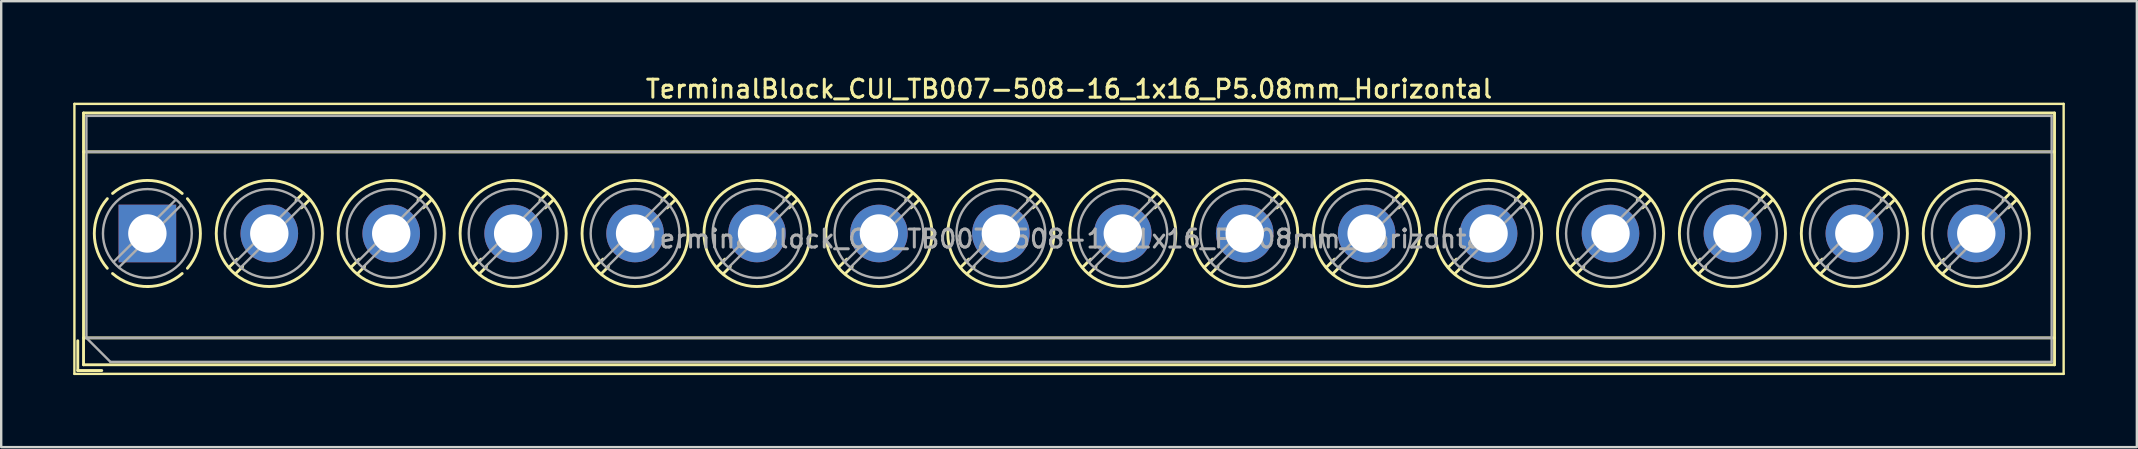
<source format=kicad_pcb>
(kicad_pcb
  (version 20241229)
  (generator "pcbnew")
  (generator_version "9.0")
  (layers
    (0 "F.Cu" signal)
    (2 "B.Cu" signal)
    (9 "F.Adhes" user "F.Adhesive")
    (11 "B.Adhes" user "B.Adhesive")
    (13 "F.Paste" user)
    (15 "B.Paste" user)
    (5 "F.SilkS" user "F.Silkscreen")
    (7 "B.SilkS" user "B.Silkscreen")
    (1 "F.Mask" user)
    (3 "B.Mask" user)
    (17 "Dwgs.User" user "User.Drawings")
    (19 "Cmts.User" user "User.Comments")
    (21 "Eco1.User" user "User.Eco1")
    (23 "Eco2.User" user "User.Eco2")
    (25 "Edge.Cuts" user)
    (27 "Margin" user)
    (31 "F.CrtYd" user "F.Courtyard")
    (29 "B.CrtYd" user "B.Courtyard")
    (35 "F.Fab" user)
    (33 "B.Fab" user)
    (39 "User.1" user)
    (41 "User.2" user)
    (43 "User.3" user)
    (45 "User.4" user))
  (footprint "TerminalBlock_CUI_TB007-508-16_1x16_P5.08mm_Horizontal"
    (layer "F.Cu")
    (at 3.09 6.678)
    (property "Reference" "TerminalBlock_CUI_TB007-508-16_1x16_P5.08mm_Horizontal" (at 38.4 -6.02 0) (layer "F.SilkS") (effects (font (size 0.75 0.75) (thickness 0.125))))
    (attr through_hole)
    (fp_line (start -3.04 -5.4) (end -3.04 5.85) (stroke (width 0.1) (type solid)) (layer "F.SilkS"))
    (fp_line (start -3.04 5.85) (end 79.84 5.85) (stroke (width 0.1) (type solid)) (layer "F.SilkS"))
    (fp_line (start -2.9 4.47) (end -2.9 5.71) (stroke (width 0.12) (type solid)) (layer "F.SilkS"))
    (fp_line (start -2.9 5.71) (end -1.9 5.71) (stroke (width 0.12) (type solid)) (layer "F.SilkS"))
    (fp_line (start -2.66 -5.02) (end -2.66 5.47) (stroke (width 0.12) (type solid)) (layer "F.SilkS"))
    (fp_line (start -2.66 -5.02) (end 79.46 -5.02) (stroke (width 0.12) (type solid)) (layer "F.SilkS"))
    (fp_line (start -2.66 -3.401) (end 79.46 -3.401) (stroke (width 0.12) (type solid)) (layer "F.SilkS"))
    (fp_line (start -2.66 4.35) (end 79.46 4.35) (stroke (width 0.12) (type solid)) (layer "F.SilkS"))
    (fp_line (start -2.66 5.47) (end 79.46 5.47) (stroke (width 0.12) (type solid)) (layer "F.SilkS"))
    (fp_line (start 3.743 1.068) (end 3.404 1.407) (stroke (width 0.12) (type solid)) (layer "F.SilkS"))
    (fp_line (start 3.967 1.384) (end 3.674 1.676) (stroke (width 0.12) (type solid)) (layer "F.SilkS"))
    (fp_line (start 6.487 -1.676) (end 6.194 -1.384) (stroke (width 0.12) (type solid)) (layer "F.SilkS"))
    (fp_line (start 6.757 -1.407) (end 6.418 -1.068) (stroke (width 0.12) (type solid)) (layer "F.SilkS"))
    (fp_line (start 8.823 1.068) (end 8.484 1.407) (stroke (width 0.12) (type solid)) (layer "F.SilkS"))
    (fp_line (start 9.047 1.384) (end 8.754 1.676) (stroke (width 0.12) (type solid)) (layer "F.SilkS"))
    (fp_line (start 11.567 -1.676) (end 11.274 -1.384) (stroke (width 0.12) (type solid)) (layer "F.SilkS"))
    (fp_line (start 11.837 -1.407) (end 11.498 -1.068) (stroke (width 0.12) (type solid)) (layer "F.SilkS"))
    (fp_line (start 13.903 1.068) (end 13.564 1.407) (stroke (width 0.12) (type solid)) (layer "F.SilkS"))
    (fp_line (start 14.127 1.384) (end 13.834 1.676) (stroke (width 0.12) (type solid)) (layer "F.SilkS"))
    (fp_line (start 16.647 -1.676) (end 16.354 -1.384) (stroke (width 0.12) (type solid)) (layer "F.SilkS"))
    (fp_line (start 16.917 -1.407) (end 16.578 -1.068) (stroke (width 0.12) (type solid)) (layer "F.SilkS"))
    (fp_line (start 18.983 1.068) (end 18.644 1.407) (stroke (width 0.12) (type solid)) (layer "F.SilkS"))
    (fp_line (start 19.207 1.384) (end 18.914 1.676) (stroke (width 0.12) (type solid)) (layer "F.SilkS"))
    (fp_line (start 21.727 -1.676) (end 21.434 -1.384) (stroke (width 0.12) (type solid)) (layer "F.SilkS"))
    (fp_line (start 21.997 -1.407) (end 21.658 -1.068) (stroke (width 0.12) (type solid)) (layer "F.SilkS"))
    (fp_line (start 24.063 1.068) (end 23.724 1.407) (stroke (width 0.12) (type solid)) (layer "F.SilkS"))
    (fp_line (start 24.287 1.384) (end 23.994 1.676) (stroke (width 0.12) (type solid)) (layer "F.SilkS"))
    (fp_line (start 26.807 -1.676) (end 26.514 -1.384) (stroke (width 0.12) (type solid)) (layer "F.SilkS"))
    (fp_line (start 27.077 -1.407) (end 26.738 -1.068) (stroke (width 0.12) (type solid)) (layer "F.SilkS"))
    (fp_line (start 29.143 1.068) (end 28.804 1.407) (stroke (width 0.12) (type solid)) (layer "F.SilkS"))
    (fp_line (start 29.367 1.384) (end 29.074 1.676) (stroke (width 0.12) (type solid)) (layer "F.SilkS"))
    (fp_line (start 31.887 -1.676) (end 31.594 -1.384) (stroke (width 0.12) (type solid)) (layer "F.SilkS"))
    (fp_line (start 32.157 -1.407) (end 31.818 -1.068) (stroke (width 0.12) (type solid)) (layer "F.SilkS"))
    (fp_line (start 34.223 1.068) (end 33.884 1.407) (stroke (width 0.12) (type solid)) (layer "F.SilkS"))
    (fp_line (start 34.447 1.384) (end 34.154 1.676) (stroke (width 0.12) (type solid)) (layer "F.SilkS"))
    (fp_line (start 36.967 -1.676) (end 36.674 -1.384) (stroke (width 0.12) (type solid)) (layer "F.SilkS"))
    (fp_line (start 37.237 -1.407) (end 36.898 -1.068) (stroke (width 0.12) (type solid)) (layer "F.SilkS"))
    (fp_line (start 39.303 1.068) (end 38.964 1.407) (stroke (width 0.12) (type solid)) (layer "F.SilkS"))
    (fp_line (start 39.527 1.384) (end 39.234 1.676) (stroke (width 0.12) (type solid)) (layer "F.SilkS"))
    (fp_line (start 42.047 -1.676) (end 41.754 -1.384) (stroke (width 0.12) (type solid)) (layer "F.SilkS"))
    (fp_line (start 42.317 -1.407) (end 41.978 -1.068) (stroke (width 0.12) (type solid)) (layer "F.SilkS"))
    (fp_line (start 44.383 1.068) (end 44.044 1.407) (stroke (width 0.12) (type solid)) (layer "F.SilkS"))
    (fp_line (start 44.607 1.384) (end 44.314 1.676) (stroke (width 0.12) (type solid)) (layer "F.SilkS"))
    (fp_line (start 47.127 -1.676) (end 46.834 -1.384) (stroke (width 0.12) (type solid)) (layer "F.SilkS"))
    (fp_line (start 47.397 -1.407) (end 47.058 -1.068) (stroke (width 0.12) (type solid)) (layer "F.SilkS"))
    (fp_line (start 49.463 1.068) (end 49.124 1.407) (stroke (width 0.12) (type solid)) (layer "F.SilkS"))
    (fp_line (start 49.687 1.384) (end 49.394 1.676) (stroke (width 0.12) (type solid)) (layer "F.SilkS"))
    (fp_line (start 52.207 -1.676) (end 51.914 -1.384) (stroke (width 0.12) (type solid)) (layer "F.SilkS"))
    (fp_line (start 52.477 -1.407) (end 52.138 -1.068) (stroke (width 0.12) (type solid)) (layer "F.SilkS"))
    (fp_line (start 54.543 1.068) (end 54.204 1.407) (stroke (width 0.12) (type solid)) (layer "F.SilkS"))
    (fp_line (start 54.767 1.384) (end 54.474 1.676) (stroke (width 0.12) (type solid)) (layer "F.SilkS"))
    (fp_line (start 57.287 -1.676) (end 56.994 -1.384) (stroke (width 0.12) (type solid)) (layer "F.SilkS"))
    (fp_line (start 57.557 -1.407) (end 57.218 -1.068) (stroke (width 0.12) (type solid)) (layer "F.SilkS"))
    (fp_line (start 59.623 1.068) (end 59.284 1.407) (stroke (width 0.12) (type solid)) (layer "F.SilkS"))
    (fp_line (start 59.847 1.384) (end 59.554 1.676) (stroke (width 0.12) (type solid)) (layer "F.SilkS"))
    (fp_line (start 62.367 -1.676) (end 62.074 -1.384) (stroke (width 0.12) (type solid)) (layer "F.SilkS"))
    (fp_line (start 62.637 -1.407) (end 62.298 -1.068) (stroke (width 0.12) (type solid)) (layer "F.SilkS"))
    (fp_line (start 64.703 1.068) (end 64.364 1.407) (stroke (width 0.12) (type solid)) (layer "F.SilkS"))
    (fp_line (start 64.927 1.384) (end 64.634 1.676) (stroke (width 0.12) (type solid)) (layer "F.SilkS"))
    (fp_line (start 67.447 -1.676) (end 67.154 -1.384) (stroke (width 0.12) (type solid)) (layer "F.SilkS"))
    (fp_line (start 67.717 -1.407) (end 67.378 -1.068) (stroke (width 0.12) (type solid)) (layer "F.SilkS"))
    (fp_line (start 69.783 1.068) (end 69.444 1.407) (stroke (width 0.12) (type solid)) (layer "F.SilkS"))
    (fp_line (start 70.007 1.384) (end 69.714 1.676) (stroke (width 0.12) (type solid)) (layer "F.SilkS"))
    (fp_line (start 72.527 -1.676) (end 72.234 -1.384) (stroke (width 0.12) (type solid)) (layer "F.SilkS"))
    (fp_line (start 72.797 -1.407) (end 72.458 -1.068) (stroke (width 0.12) (type solid)) (layer "F.SilkS"))
    (fp_line (start 74.863 1.068) (end 74.524 1.407) (stroke (width 0.12) (type solid)) (layer "F.SilkS"))
    (fp_line (start 75.087 1.384) (end 74.794 1.676) (stroke (width 0.12) (type solid)) (layer "F.SilkS"))
    (fp_line (start 77.607 -1.676) (end 77.314 -1.384) (stroke (width 0.12) (type solid)) (layer "F.SilkS"))
    (fp_line (start 77.877 -1.407) (end 77.538 -1.068) (stroke (width 0.12) (type solid)) (layer "F.SilkS"))
    (fp_line (start 79.46 -5.02) (end 79.46 5.47) (stroke (width 0.12) (type solid)) (layer "F.SilkS"))
    (fp_line (start 79.84 -5.4) (end -3.04 -5.4) (stroke (width 0.1) (type solid)) (layer "F.SilkS"))
    (fp_line (start 79.84 5.85) (end 79.84 -5.4) (stroke (width 0.1) (type solid)) (layer "F.SilkS"))
    (fp_arc (start -1.66902 1.449827) (mid -2.210797 -0.000777) (end -1.668 -1.451) (stroke (width 0.12) (type solid)) (layer "F.SilkS"))
    (fp_arc (start -1.449827 -1.66902) (mid 0.000777 -2.210797) (end 1.451 -1.668) (stroke (width 0.12) (type solid)) (layer "F.SilkS"))
    (fp_arc (start 0.037807 2.210474) (mid -0.756867 2.077204) (end -1.451 1.668) (stroke (width 0.12) (type solid)) (layer "F.SilkS"))
    (fp_arc (start 1.44989 1.667908) (mid 0.773958 2.070046) (end 0 2.21) (stroke (width 0.12) (type solid)) (layer "F.SilkS"))
    (fp_arc (start 1.668029 -1.449966) (mid 2.210141 0.000022) (end 1.668 1.45) (stroke (width 0.12) (type solid)) (layer "F.SilkS"))
    (fp_circle (center 5.08 0) (end 7.29 0) (stroke (width 0.12) (type solid)) (fill no) (layer "F.SilkS"))
    (fp_circle (center 10.16 0) (end 12.37 0) (stroke (width 0.12) (type solid)) (fill no) (layer "F.SilkS"))
    (fp_circle (center 15.24 0) (end 17.45 0) (stroke (width 0.12) (type solid)) (fill no) (layer "F.SilkS"))
    (fp_circle (center 20.32 0) (end 22.53 0) (stroke (width 0.12) (type solid)) (fill no) (layer "F.SilkS"))
    (fp_circle (center 25.4 0) (end 27.61 0) (stroke (width 0.12) (type solid)) (fill no) (layer "F.SilkS"))
    (fp_circle (center 30.48 0) (end 32.69 0) (stroke (width 0.12) (type solid)) (fill no) (layer "F.SilkS"))
    (fp_circle (center 35.56 0) (end 37.77 0) (stroke (width 0.12) (type solid)) (fill no) (layer "F.SilkS"))
    (fp_circle (center 40.64 0) (end 42.85 0) (stroke (width 0.12) (type solid)) (fill no) (layer "F.SilkS"))
    (fp_circle (center 45.72 0) (end 47.93 0) (stroke (width 0.12) (type solid)) (fill no) (layer "F.SilkS"))
    (fp_circle (center 50.8 0) (end 53.01 0) (stroke (width 0.12) (type solid)) (fill no) (layer "F.SilkS"))
    (fp_circle (center 55.88 0) (end 58.09 0) (stroke (width 0.12) (type solid)) (fill no) (layer "F.SilkS"))
    (fp_circle (center 60.96 0) (end 63.17 0) (stroke (width 0.12) (type solid)) (fill no) (layer "F.SilkS"))
    (fp_circle (center 66.04 0) (end 68.25 0) (stroke (width 0.12) (type solid)) (fill no) (layer "F.SilkS"))
    (fp_circle (center 71.12 0) (end 73.33 0) (stroke (width 0.12) (type solid)) (fill no) (layer "F.SilkS"))
    (fp_circle (center 76.2 0) (end 78.41 0) (stroke (width 0.12) (type solid)) (fill no) (layer "F.SilkS"))
    (fp_line (start -2.54 -4.9) (end 79.34 -4.9) (stroke (width 0.1) (type solid)) (layer "F.Fab"))
    (fp_line (start -2.54 -3.4) (end 79.34 -3.4) (stroke (width 0.1) (type solid)) (layer "F.Fab"))
    (fp_line (start -2.54 4.35) (end -2.54 -4.9) (stroke (width 0.1) (type solid)) (layer "F.Fab"))
    (fp_line (start -2.54 4.35) (end 79.34 4.35) (stroke (width 0.1) (type solid)) (layer "F.Fab"))
    (fp_line (start -1.54 5.35) (end -2.54 4.35) (stroke (width 0.1) (type solid)) (layer "F.Fab"))
    (fp_line (start 1.178 -1.403) (end -1.404 1.178) (stroke (width 0.1) (type solid)) (layer "F.Fab"))
    (fp_line (start 1.404 -1.178) (end -1.178 1.403) (stroke (width 0.1) (type solid)) (layer "F.Fab"))
    (fp_line (start 6.258 -1.403) (end 3.677 1.178) (stroke (width 0.1) (type solid)) (layer "F.Fab"))
    (fp_line (start 6.484 -1.178) (end 3.903 1.403) (stroke (width 0.1) (type solid)) (layer "F.Fab"))
    (fp_line (start 11.338 -1.403) (end 8.757 1.178) (stroke (width 0.1) (type solid)) (layer "F.Fab"))
    (fp_line (start 11.564 -1.178) (end 8.983 1.403) (stroke (width 0.1) (type solid)) (layer "F.Fab"))
    (fp_line (start 16.418 -1.403) (end 13.837 1.178) (stroke (width 0.1) (type solid)) (layer "F.Fab"))
    (fp_line (start 16.644 -1.178) (end 14.063 1.403) (stroke (width 0.1) (type solid)) (layer "F.Fab"))
    (fp_line (start 21.498 -1.403) (end 18.917 1.178) (stroke (width 0.1) (type solid)) (layer "F.Fab"))
    (fp_line (start 21.724 -1.178) (end 19.143 1.403) (stroke (width 0.1) (type solid)) (layer "F.Fab"))
    (fp_line (start 26.578 -1.403) (end 23.997 1.178) (stroke (width 0.1) (type solid)) (layer "F.Fab"))
    (fp_line (start 26.804 -1.178) (end 24.223 1.403) (stroke (width 0.1) (type solid)) (layer "F.Fab"))
    (fp_line (start 31.658 -1.403) (end 29.077 1.178) (stroke (width 0.1) (type solid)) (layer "F.Fab"))
    (fp_line (start 31.884 -1.178) (end 29.303 1.403) (stroke (width 0.1) (type solid)) (layer "F.Fab"))
    (fp_line (start 36.738 -1.403) (end 34.157 1.178) (stroke (width 0.1) (type solid)) (layer "F.Fab"))
    (fp_line (start 36.964 -1.178) (end 34.383 1.403) (stroke (width 0.1) (type solid)) (layer "F.Fab"))
    (fp_line (start 41.818 -1.403) (end 39.237 1.178) (stroke (width 0.1) (type solid)) (layer "F.Fab"))
    (fp_line (start 42.044 -1.178) (end 39.463 1.403) (stroke (width 0.1) (type solid)) (layer "F.Fab"))
    (fp_line (start 46.898 -1.403) (end 44.317 1.178) (stroke (width 0.1) (type solid)) (layer "F.Fab"))
    (fp_line (start 47.124 -1.178) (end 44.543 1.403) (stroke (width 0.1) (type solid)) (layer "F.Fab"))
    (fp_line (start 51.978 -1.403) (end 49.397 1.178) (stroke (width 0.1) (type solid)) (layer "F.Fab"))
    (fp_line (start 52.204 -1.178) (end 49.623 1.403) (stroke (width 0.1) (type solid)) (layer "F.Fab"))
    (fp_line (start 57.058 -1.403) (end 54.477 1.178) (stroke (width 0.1) (type solid)) (layer "F.Fab"))
    (fp_line (start 57.284 -1.178) (end 54.703 1.403) (stroke (width 0.1) (type solid)) (layer "F.Fab"))
    (fp_line (start 62.138 -1.403) (end 59.557 1.178) (stroke (width 0.1) (type solid)) (layer "F.Fab"))
    (fp_line (start 62.364 -1.178) (end 59.783 1.403) (stroke (width 0.1) (type solid)) (layer "F.Fab"))
    (fp_line (start 67.218 -1.403) (end 64.637 1.178) (stroke (width 0.1) (type solid)) (layer "F.Fab"))
    (fp_line (start 67.444 -1.178) (end 64.863 1.403) (stroke (width 0.1) (type solid)) (layer "F.Fab"))
    (fp_line (start 72.298 -1.403) (end 69.717 1.178) (stroke (width 0.1) (type solid)) (layer "F.Fab"))
    (fp_line (start 72.524 -1.178) (end 69.943 1.403) (stroke (width 0.1) (type solid)) (layer "F.Fab"))
    (fp_line (start 77.378 -1.403) (end 74.797 1.178) (stroke (width 0.1) (type solid)) (layer "F.Fab"))
    (fp_line (start 77.604 -1.178) (end 75.023 1.403) (stroke (width 0.1) (type solid)) (layer "F.Fab"))
    (fp_line (start 79.34 -4.9) (end 79.34 5.35) (stroke (width 0.1) (type solid)) (layer "F.Fab"))
    (fp_line (start 79.34 5.35) (end -1.54 5.35) (stroke (width 0.1) (type solid)) (layer "F.Fab"))
    (fp_circle (center 0 0) (end 1.85 0) (stroke (width 0.1) (type solid)) (fill no) (layer "F.Fab"))
    (fp_circle (center 5.08 0) (end 6.93 0) (stroke (width 0.1) (type solid)) (fill no) (layer "F.Fab"))
    (fp_circle (center 10.16 0) (end 12.01 0) (stroke (width 0.1) (type solid)) (fill no) (layer "F.Fab"))
    (fp_circle (center 15.24 0) (end 17.09 0) (stroke (width 0.1) (type solid)) (fill no) (layer "F.Fab"))
    (fp_circle (center 20.32 0) (end 22.17 0) (stroke (width 0.1) (type solid)) (fill no) (layer "F.Fab"))
    (fp_circle (center 25.4 0) (end 27.25 0) (stroke (width 0.1) (type solid)) (fill no) (layer "F.Fab"))
    (fp_circle (center 30.48 0) (end 32.33 0) (stroke (width 0.1) (type solid)) (fill no) (layer "F.Fab"))
    (fp_circle (center 35.56 0) (end 37.41 0) (stroke (width 0.1) (type solid)) (fill no) (layer "F.Fab"))
    (fp_circle (center 40.64 0) (end 42.49 0) (stroke (width 0.1) (type solid)) (fill no) (layer "F.Fab"))
    (fp_circle (center 45.72 0) (end 47.57 0) (stroke (width 0.1) (type solid)) (fill no) (layer "F.Fab"))
    (fp_circle (center 50.8 0) (end 52.65 0) (stroke (width 0.1) (type solid)) (fill no) (layer "F.Fab"))
    (fp_circle (center 55.88 0) (end 57.73 0) (stroke (width 0.1) (type solid)) (fill no) (layer "F.Fab"))
    (fp_circle (center 60.96 0) (end 62.81 0) (stroke (width 0.1) (type solid)) (fill no) (layer "F.Fab"))
    (fp_circle (center 66.04 0) (end 67.89 0) (stroke (width 0.1) (type solid)) (fill no) (layer "F.Fab"))
    (fp_circle (center 71.12 0) (end 72.97 0) (stroke (width 0.1) (type solid)) (fill no) (layer "F.Fab"))
    (fp_circle (center 76.2 0) (end 78.05 0) (stroke (width 0.1) (type solid)) (fill no) (layer "F.Fab"))
    (fp_text user "${REFERENCE}" (at 38.4 0.225 0) (layer "F.Fab") (effects (font (size 0.75 0.75) (thickness 0.125))))
    (pad "1" thru_hole rect (at 0 0) (size 2.4 2.4) (drill 1.6) (layers "*.Cu" "*.Mask"))
    (pad "2" thru_hole circle (at 5.08 0) (size 2.4 2.4) (drill 1.6) (layers "*.Cu" "*.Mask"))
    (pad "3" thru_hole circle (at 10.16 0) (size 2.4 2.4) (drill 1.6) (layers "*.Cu" "*.Mask"))
    (pad "4" thru_hole circle (at 15.24 0) (size 2.4 2.4) (drill 1.6) (layers "*.Cu" "*.Mask"))
    (pad "5" thru_hole circle (at 20.32 0) (size 2.4 2.4) (drill 1.6) (layers "*.Cu" "*.Mask"))
    (pad "6" thru_hole circle (at 25.4 0) (size 2.4 2.4) (drill 1.6) (layers "*.Cu" "*.Mask"))
    (pad "7" thru_hole circle (at 30.48 0) (size 2.4 2.4) (drill 1.6) (layers "*.Cu" "*.Mask"))
    (pad "8" thru_hole circle (at 35.56 0) (size 2.4 2.4) (drill 1.6) (layers "*.Cu" "*.Mask"))
    (pad "9" thru_hole circle (at 40.64 0) (size 2.4 2.4) (drill 1.6) (layers "*.Cu" "*.Mask"))
    (pad "10" thru_hole circle (at 45.72 0) (size 2.4 2.4) (drill 1.6) (layers "*.Cu" "*.Mask"))
    (pad "11" thru_hole circle (at 50.8 0) (size 2.4 2.4) (drill 1.6) (layers "*.Cu" "*.Mask"))
    (pad "12" thru_hole circle (at 55.88 0) (size 2.4 2.4) (drill 1.6) (layers "*.Cu" "*.Mask"))
    (pad "13" thru_hole circle (at 60.96 0) (size 2.4 2.4) (drill 1.6) (layers "*.Cu" "*.Mask"))
    (pad "14" thru_hole circle (at 66.04 0) (size 2.4 2.4) (drill 1.6) (layers "*.Cu" "*.Mask"))
    (pad "15" thru_hole circle (at 71.12 0) (size 2.4 2.4) (drill 1.6) (layers "*.Cu" "*.Mask"))
    (pad "16" thru_hole circle (at 76.2 0) (size 2.4 2.4) (drill 1.6) (layers "*.Cu" "*.Mask")))
  (gr_rect
    (start -3 -3)
    (end 85.98 15.578)
    (stroke (width 0.1) (type default))
    (fill no)
    (layer "Edge.Cuts")))
</source>
